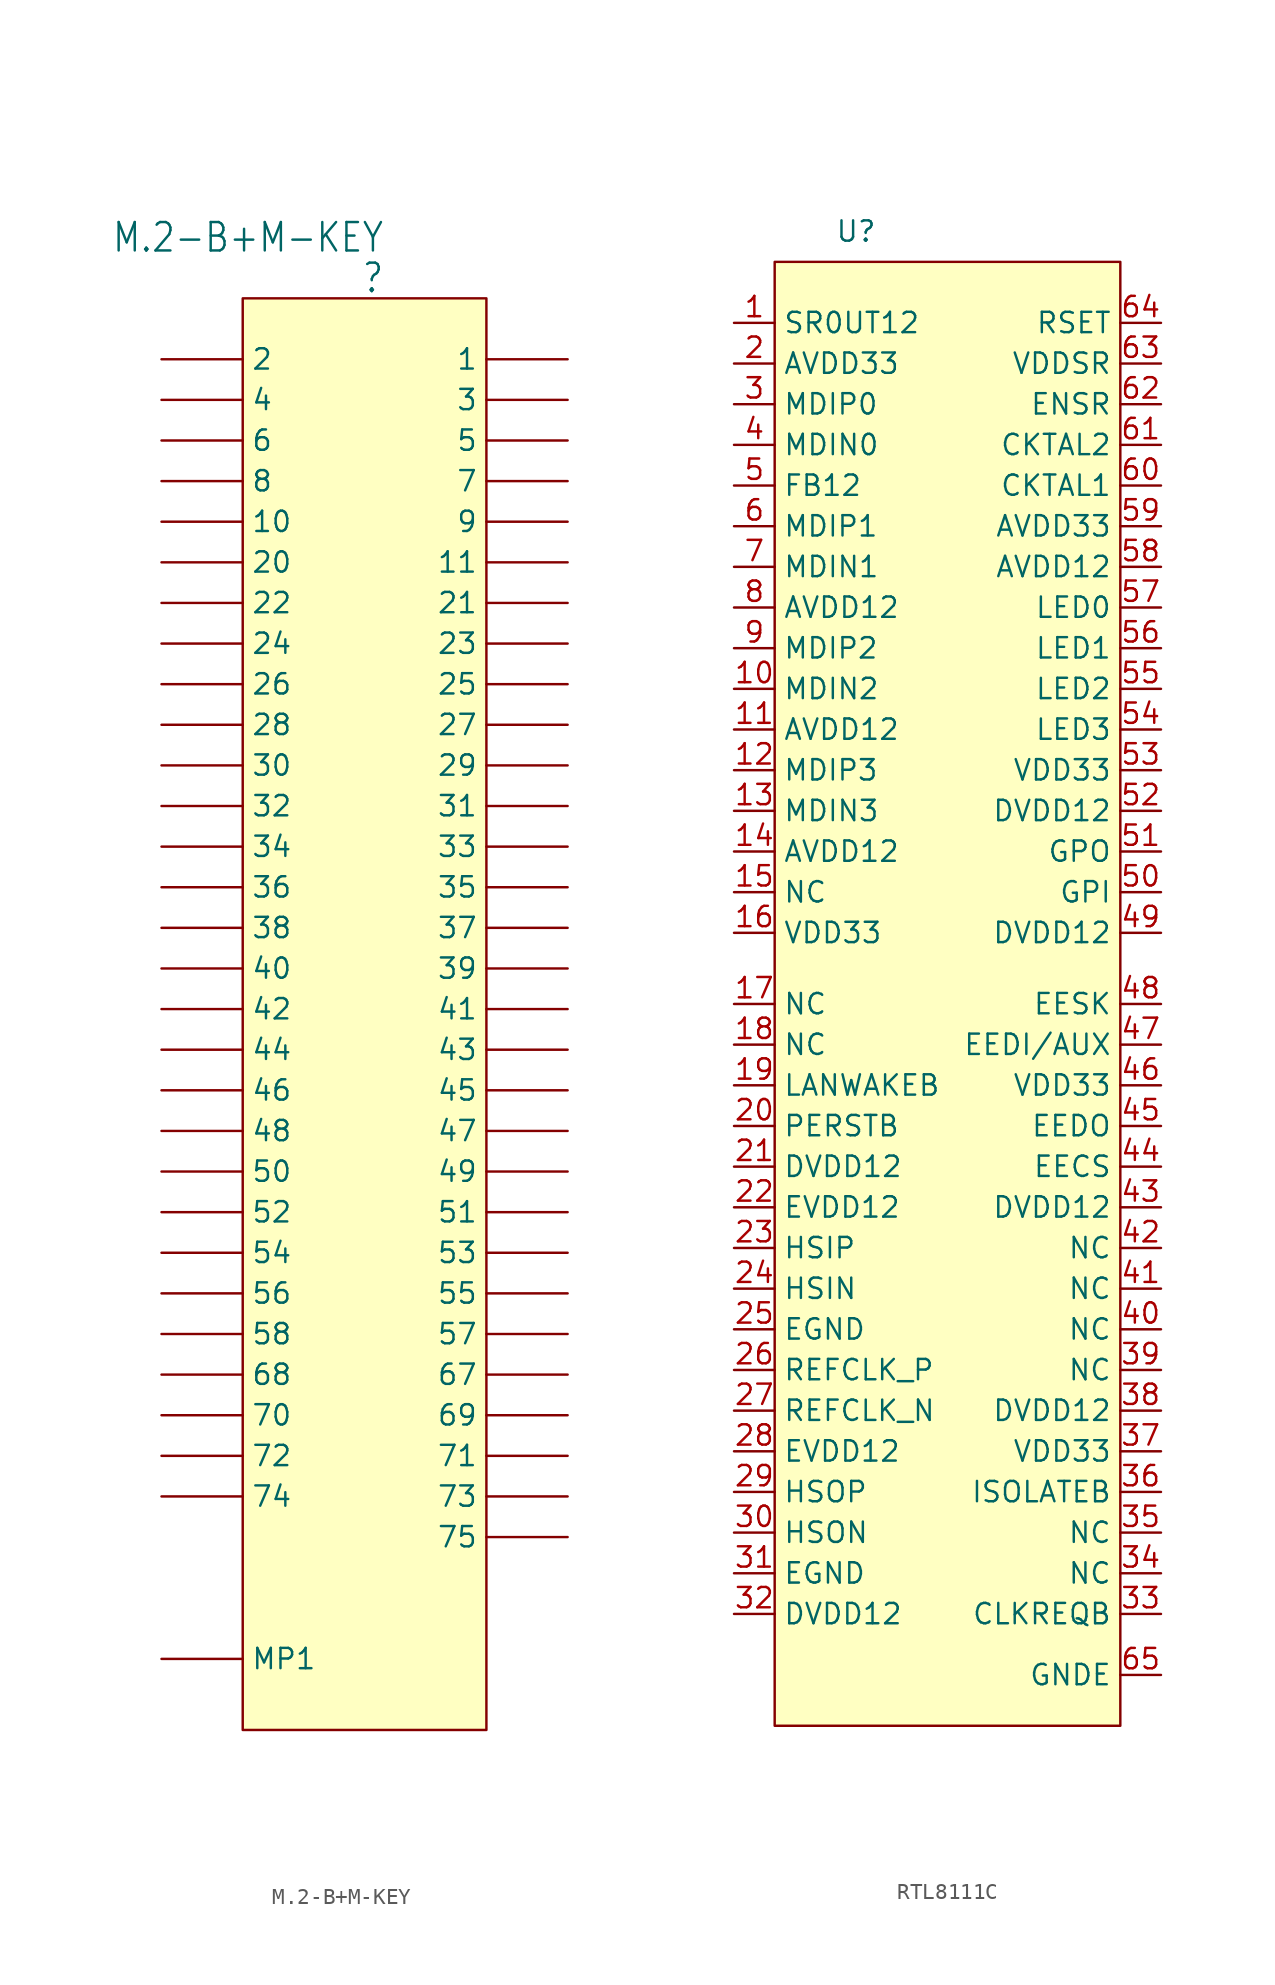
<source format=kicad_sym>
(kicad_symbol_lib
  (version 20231120)
  (generator "kicad_symbol_editor")
  (generator_version "8.0")
  (symbol "M.2-B+M-KEY"
    (property "Reference" ""
      (at 8.89 91.44 0)
      (effects (font (size 1.778 1.511)) (justify right)))
    (property "Value" "M.2-B+M-KEY"
      (at 8.89 93.98 0)
      (effects (font (size 1.778 1.511)) (justify right)))
    (property "ki_locked" ""
      (at 0 0 0)
      (effects (font (size 1.27 1.27))))
    (symbol "M.2-B+M-KEY_1_0"
      (rectangle (start 0 90.17) (end 15.24 0.635) (stroke (width 0) (type default)) (fill (type background)))
      (pin bidirectional line (at -5.08 5.08 0) (length 5.08) (name "MP1" (effects (font (size 1.27 1.27)))) (number "MOUNTING-HOLE" (effects (font (size 0 0)))))
      (pin bidirectional line (at 20.32 86.36 180) (length 5.08) (name "1" (effects (font (size 1.27 1.27)))) (number "P$1" (effects (font (size 0 0)))))
      (pin bidirectional line (at -5.08 76.2 0) (length 5.08) (name "10" (effects (font (size 1.27 1.27)))) (number "P$10" (effects (font (size 0 0)))))
      (pin bidirectional line (at 20.32 73.66 180) (length 5.08) (name "11" (effects (font (size 1.27 1.27)))) (number "P$11" (effects (font (size 0 0)))))
      (pin bidirectional line (at -5.08 86.36 0) (length 5.08) (name "2" (effects (font (size 1.27 1.27)))) (number "P$2" (effects (font (size 0 0)))))
      (pin bidirectional line (at -5.08 73.66 0) (length 5.08) (name "20" (effects (font (size 1.27 1.27)))) (number "P$20" (effects (font (size 0 0)))))
      (pin bidirectional line (at 20.32 71.12 180) (length 5.08) (name "21" (effects (font (size 1.27 1.27)))) (number "P$21" (effects (font (size 0 0)))))
      (pin bidirectional line (at -5.08 71.12 0) (length 5.08) (name "22" (effects (font (size 1.27 1.27)))) (number "P$22" (effects (font (size 0 0)))))
      (pin bidirectional line (at 20.32 68.58 180) (length 5.08) (name "23" (effects (font (size 1.27 1.27)))) (number "P$23" (effects (font (size 0 0)))))
      (pin bidirectional line (at -5.08 68.58 0) (length 5.08) (name "24" (effects (font (size 1.27 1.27)))) (number "P$24" (effects (font (size 0 0)))))
      (pin bidirectional line (at 20.32 66.04 180) (length 5.08) (name "25" (effects (font (size 1.27 1.27)))) (number "P$25" (effects (font (size 0 0)))))
      (pin bidirectional line (at -5.08 66.04 0) (length 5.08) (name "26" (effects (font (size 1.27 1.27)))) (number "P$26" (effects (font (size 0 0)))))
      (pin bidirectional line (at 20.32 63.5 180) (length 5.08) (name "27" (effects (font (size 1.27 1.27)))) (number "P$27" (effects (font (size 0 0)))))
      (pin bidirectional line (at -5.08 63.5 0) (length 5.08) (name "28" (effects (font (size 1.27 1.27)))) (number "P$28" (effects (font (size 0 0)))))
      (pin bidirectional line (at 20.32 60.96 180) (length 5.08) (name "29" (effects (font (size 1.27 1.27)))) (number "P$29" (effects (font (size 0 0)))))
      (pin bidirectional line (at 20.32 83.82 180) (length 5.08) (name "3" (effects (font (size 1.27 1.27)))) (number "P$3" (effects (font (size 0 0)))))
      (pin bidirectional line (at -5.08 60.96 0) (length 5.08) (name "30" (effects (font (size 1.27 1.27)))) (number "P$30" (effects (font (size 0 0)))))
      (pin bidirectional line (at 20.32 58.42 180) (length 5.08) (name "31" (effects (font (size 1.27 1.27)))) (number "P$31" (effects (font (size 0 0)))))
      (pin bidirectional line (at -5.08 58.42 0) (length 5.08) (name "32" (effects (font (size 1.27 1.27)))) (number "P$32" (effects (font (size 0 0)))))
      (pin bidirectional line (at 20.32 55.88 180) (length 5.08) (name "33" (effects (font (size 1.27 1.27)))) (number "P$33" (effects (font (size 0 0)))))
      (pin bidirectional line (at -5.08 55.88 0) (length 5.08) (name "34" (effects (font (size 1.27 1.27)))) (number "P$34" (effects (font (size 0 0)))))
      (pin bidirectional line (at 20.32 53.34 180) (length 5.08) (name "35" (effects (font (size 1.27 1.27)))) (number "P$35" (effects (font (size 0 0)))))
      (pin bidirectional line (at -5.08 53.34 0) (length 5.08) (name "36" (effects (font (size 1.27 1.27)))) (number "P$36" (effects (font (size 0 0)))))
      (pin bidirectional line (at 20.32 50.8 180) (length 5.08) (name "37" (effects (font (size 1.27 1.27)))) (number "P$37" (effects (font (size 0 0)))))
      (pin bidirectional line (at -5.08 50.8 0) (length 5.08) (name "38" (effects (font (size 1.27 1.27)))) (number "P$38" (effects (font (size 0 0)))))
      (pin bidirectional line (at 20.32 48.26 180) (length 5.08) (name "39" (effects (font (size 1.27 1.27)))) (number "P$39" (effects (font (size 0 0)))))
      (pin bidirectional line (at -5.08 83.82 0) (length 5.08) (name "4" (effects (font (size 1.27 1.27)))) (number "P$4" (effects (font (size 0 0)))))
      (pin bidirectional line (at -5.08 48.26 0) (length 5.08) (name "40" (effects (font (size 1.27 1.27)))) (number "P$40" (effects (font (size 0 0)))))
      (pin bidirectional line (at 20.32 45.72 180) (length 5.08) (name "41" (effects (font (size 1.27 1.27)))) (number "P$41" (effects (font (size 0 0)))))
      (pin bidirectional line (at -5.08 45.72 0) (length 5.08) (name "42" (effects (font (size 1.27 1.27)))) (number "P$42" (effects (font (size 0 0)))))
      (pin bidirectional line (at 20.32 43.18 180) (length 5.08) (name "43" (effects (font (size 1.27 1.27)))) (number "P$43" (effects (font (size 0 0)))))
      (pin bidirectional line (at -5.08 43.18 0) (length 5.08) (name "44" (effects (font (size 1.27 1.27)))) (number "P$44" (effects (font (size 0 0)))))
      (pin bidirectional line (at 20.32 40.64 180) (length 5.08) (name "45" (effects (font (size 1.27 1.27)))) (number "P$45" (effects (font (size 0 0)))))
      (pin bidirectional line (at -5.08 40.64 0) (length 5.08) (name "46" (effects (font (size 1.27 1.27)))) (number "P$46" (effects (font (size 0 0)))))
      (pin bidirectional line (at 20.32 38.1 180) (length 5.08) (name "47" (effects (font (size 1.27 1.27)))) (number "P$47" (effects (font (size 0 0)))))
      (pin bidirectional line (at -5.08 38.1 0) (length 5.08) (name "48" (effects (font (size 1.27 1.27)))) (number "P$48" (effects (font (size 0 0)))))
      (pin bidirectional line (at 20.32 35.56 180) (length 5.08) (name "49" (effects (font (size 1.27 1.27)))) (number "P$49" (effects (font (size 0 0)))))
      (pin bidirectional line (at 20.32 81.28 180) (length 5.08) (name "5" (effects (font (size 1.27 1.27)))) (number "P$5" (effects (font (size 0 0)))))
      (pin bidirectional line (at -5.08 35.56 0) (length 5.08) (name "50" (effects (font (size 1.27 1.27)))) (number "P$50" (effects (font (size 0 0)))))
      (pin bidirectional line (at 20.32 33.02 180) (length 5.08) (name "51" (effects (font (size 1.27 1.27)))) (number "P$51" (effects (font (size 0 0)))))
      (pin bidirectional line (at -5.08 33.02 0) (length 5.08) (name "52" (effects (font (size 1.27 1.27)))) (number "P$52" (effects (font (size 0 0)))))
      (pin bidirectional line (at 20.32 30.48 180) (length 5.08) (name "53" (effects (font (size 1.27 1.27)))) (number "P$53" (effects (font (size 0 0)))))
      (pin bidirectional line (at -5.08 30.48 0) (length 5.08) (name "54" (effects (font (size 1.27 1.27)))) (number "P$54" (effects (font (size 0 0)))))
      (pin bidirectional line (at 20.32 27.94 180) (length 5.08) (name "55" (effects (font (size 1.27 1.27)))) (number "P$55" (effects (font (size 0 0)))))
      (pin bidirectional line (at -5.08 27.94 0) (length 5.08) (name "56" (effects (font (size 1.27 1.27)))) (number "P$56" (effects (font (size 0 0)))))
      (pin bidirectional line (at 20.32 25.4 180) (length 5.08) (name "57" (effects (font (size 1.27 1.27)))) (number "P$57" (effects (font (size 0 0)))))
      (pin bidirectional line (at -5.08 25.4 0) (length 5.08) (name "58" (effects (font (size 1.27 1.27)))) (number "P$58" (effects (font (size 0 0)))))
      (pin bidirectional line (at -5.08 81.28 0) (length 5.08) (name "6" (effects (font (size 1.27 1.27)))) (number "P$6" (effects (font (size 0 0)))))
      (pin bidirectional line (at 20.32 22.86 180) (length 5.08) (name "67" (effects (font (size 1.27 1.27)))) (number "P$67" (effects (font (size 0 0)))))
      (pin bidirectional line (at -5.08 22.86 0) (length 5.08) (name "68" (effects (font (size 1.27 1.27)))) (number "P$68" (effects (font (size 0 0)))))
      (pin bidirectional line (at 20.32 20.32 180) (length 5.08) (name "69" (effects (font (size 1.27 1.27)))) (number "P$69" (effects (font (size 0 0)))))
      (pin bidirectional line (at 20.32 78.74 180) (length 5.08) (name "7" (effects (font (size 1.27 1.27)))) (number "P$7" (effects (font (size 0 0)))))
      (pin bidirectional line (at -5.08 20.32 0) (length 5.08) (name "70" (effects (font (size 1.27 1.27)))) (number "P$70" (effects (font (size 0 0)))))
      (pin bidirectional line (at 20.32 17.78 180) (length 5.08) (name "71" (effects (font (size 1.27 1.27)))) (number "P$71" (effects (font (size 0 0)))))
      (pin bidirectional line (at -5.08 17.78 0) (length 5.08) (name "72" (effects (font (size 1.27 1.27)))) (number "P$72" (effects (font (size 0 0)))))
      (pin bidirectional line (at 20.32 15.24 180) (length 5.08) (name "73" (effects (font (size 1.27 1.27)))) (number "P$73" (effects (font (size 0 0)))))
      (pin bidirectional line (at -5.08 15.24 0) (length 5.08) (name "74" (effects (font (size 1.27 1.27)))) (number "P$74" (effects (font (size 0 0)))))
      (pin bidirectional line (at 20.32 12.7 180) (length 5.08) (name "75" (effects (font (size 1.27 1.27)))) (number "P$75" (effects (font (size 0 0)))))
      (pin bidirectional line (at -5.08 78.74 0) (length 5.08) (name "8" (effects (font (size 1.27 1.27)))) (number "P$8" (effects (font (size 0 0)))))
      (pin bidirectional line (at 20.32 76.2 180) (length 5.08) (name "9" (effects (font (size 1.27 1.27)))) (number "P$9" (effects (font (size 0 0)))))))
  (symbol "RTL8111C"
    (property "Reference" "U"
      (at 0 0 0)
      (effects (font (size 1.27 1.27))))
    (property "Value" ""
      (at 0 0 0)
      (effects (font (size 1.27 1.27))))
    (symbol "RTL8111C_1_1"
      (rectangle (start -5.08 -1.905) (end 16.51 -93.345) (stroke (width 0) (type default)) (fill (type background)))
      (pin input line (at -7.62 -5.715 0) (length 2.54) (name "SR0UT12" (effects (font (size 1.27 1.27)))) (number "1" (effects (font (size 1.27 1.27)))))
      (pin input line (at -7.62 -28.575 0) (length 2.54) (name "MDIN2" (effects (font (size 1.27 1.27)))) (number "10" (effects (font (size 1.27 1.27)))))
      (pin input line (at -7.62 -31.115 0) (length 2.54) (name "AVDD12" (effects (font (size 1.27 1.27)))) (number "11" (effects (font (size 1.27 1.27)))))
      (pin input line (at -7.62 -33.655 0) (length 2.54) (name "MDIP3" (effects (font (size 1.27 1.27)))) (number "12" (effects (font (size 1.27 1.27)))))
      (pin input line (at -7.62 -36.195 0) (length 2.54) (name "MDIN3" (effects (font (size 1.27 1.27)))) (number "13" (effects (font (size 1.27 1.27)))))
      (pin input line (at -7.62 -38.735 0) (length 2.54) (name "AVDD12" (effects (font (size 1.27 1.27)))) (number "14" (effects (font (size 1.27 1.27)))))
      (pin input line (at -7.62 -41.275 0) (length 2.54) (name "NC" (effects (font (size 1.27 1.27)))) (number "15" (effects (font (size 1.27 1.27)))))
      (pin input line (at -7.62 -43.815 0) (length 2.54) (name "VDD33" (effects (font (size 1.27 1.27)))) (number "16" (effects (font (size 1.27 1.27)))))
      (pin input line (at -7.62 -48.26 0) (length 2.54) (name "NC" (effects (font (size 1.27 1.27)))) (number "17" (effects (font (size 1.27 1.27)))))
      (pin input line (at -7.62 -50.8 0) (length 2.54) (name "NC" (effects (font (size 1.27 1.27)))) (number "18" (effects (font (size 1.27 1.27)))))
      (pin input line (at -7.62 -53.34 0) (length 2.54) (name "LANWAKEB" (effects (font (size 1.27 1.27)))) (number "19" (effects (font (size 1.27 1.27)))))
      (pin input line (at -7.62 -8.255 0) (length 2.54) (name "AVDD33" (effects (font (size 1.27 1.27)))) (number "2" (effects (font (size 1.27 1.27)))))
      (pin input line (at -7.62 -55.88 0) (length 2.54) (name "PERSTB" (effects (font (size 1.27 1.27)))) (number "20" (effects (font (size 1.27 1.27)))))
      (pin input line (at -7.62 -58.42 0) (length 2.54) (name "DVDD12" (effects (font (size 1.27 1.27)))) (number "21" (effects (font (size 1.27 1.27)))))
      (pin input line (at -7.62 -60.96 0) (length 2.54) (name "EVDD12" (effects (font (size 1.27 1.27)))) (number "22" (effects (font (size 1.27 1.27)))))
      (pin input line (at -7.62 -63.5 0) (length 2.54) (name "HSIP" (effects (font (size 1.27 1.27)))) (number "23" (effects (font (size 1.27 1.27)))))
      (pin input line (at -7.62 -66.04 0) (length 2.54) (name "HSIN" (effects (font (size 1.27 1.27)))) (number "24" (effects (font (size 1.27 1.27)))))
      (pin input line (at -7.62 -68.58 0) (length 2.54) (name "EGND" (effects (font (size 1.27 1.27)))) (number "25" (effects (font (size 1.27 1.27)))))
      (pin input line (at -7.62 -71.12 0) (length 2.54) (name "REFCLK_P" (effects (font (size 1.27 1.27)))) (number "26" (effects (font (size 1.27 1.27)))))
      (pin input line (at -7.62 -73.66 0) (length 2.54) (name "REFCLK_N" (effects (font (size 1.27 1.27)))) (number "27" (effects (font (size 1.27 1.27)))))
      (pin input line (at -7.62 -76.2 0) (length 2.54) (name "EVDD12" (effects (font (size 1.27 1.27)))) (number "28" (effects (font (size 1.27 1.27)))))
      (pin input line (at -7.62 -78.74 0) (length 2.54) (name "HSOP" (effects (font (size 1.27 1.27)))) (number "29" (effects (font (size 1.27 1.27)))))
      (pin input line (at -7.62 -10.795 0) (length 2.54) (name "MDIP0" (effects (font (size 1.27 1.27)))) (number "3" (effects (font (size 1.27 1.27)))))
      (pin input line (at -7.62 -81.28 0) (length 2.54) (name "HSON" (effects (font (size 1.27 1.27)))) (number "30" (effects (font (size 1.27 1.27)))))
      (pin input line (at -7.62 -83.82 0) (length 2.54) (name "EGND" (effects (font (size 1.27 1.27)))) (number "31" (effects (font (size 1.27 1.27)))))
      (pin input line (at -7.62 -86.36 0) (length 2.54) (name "DVDD12" (effects (font (size 1.27 1.27)))) (number "32" (effects (font (size 1.27 1.27)))))
      (pin input line (at 19.05 -86.36 180) (length 2.54) (name "CLKREQB" (effects (font (size 1.27 1.27)))) (number "33" (effects (font (size 1.27 1.27)))))
      (pin input line (at 19.05 -83.82 180) (length 2.54) (name "NC" (effects (font (size 1.27 1.27)))) (number "34" (effects (font (size 1.27 1.27)))))
      (pin input line (at 19.05 -81.28 180) (length 2.54) (name "NC" (effects (font (size 1.27 1.27)))) (number "35" (effects (font (size 1.27 1.27)))))
      (pin input line (at 19.05 -78.74 180) (length 2.54) (name "ISOLATEB" (effects (font (size 1.27 1.27)))) (number "36" (effects (font (size 1.27 1.27)))))
      (pin input line (at 19.05 -76.2 180) (length 2.54) (name "VDD33" (effects (font (size 1.27 1.27)))) (number "37" (effects (font (size 1.27 1.27)))))
      (pin input line (at 19.05 -73.66 180) (length 2.54) (name "DVDD12" (effects (font (size 1.27 1.27)))) (number "38" (effects (font (size 1.27 1.27)))))
      (pin input line (at 19.05 -71.12 180) (length 2.54) (name "NC" (effects (font (size 1.27 1.27)))) (number "39" (effects (font (size 1.27 1.27)))))
      (pin input line (at -7.62 -13.335 0) (length 2.54) (name "MDIN0" (effects (font (size 1.27 1.27)))) (number "4" (effects (font (size 1.27 1.27)))))
      (pin input line (at 19.05 -68.58 180) (length 2.54) (name "NC" (effects (font (size 1.27 1.27)))) (number "40" (effects (font (size 1.27 1.27)))))
      (pin input line (at 19.05 -66.04 180) (length 2.54) (name "NC" (effects (font (size 1.27 1.27)))) (number "41" (effects (font (size 1.27 1.27)))))
      (pin input line (at 19.05 -63.5 180) (length 2.54) (name "NC" (effects (font (size 1.27 1.27)))) (number "42" (effects (font (size 1.27 1.27)))))
      (pin input line (at 19.05 -60.96 180) (length 2.54) (name "DVDD12" (effects (font (size 1.27 1.27)))) (number "43" (effects (font (size 1.27 1.27)))))
      (pin input line (at 19.05 -58.42 180) (length 2.54) (name "EECS" (effects (font (size 1.27 1.27)))) (number "44" (effects (font (size 1.27 1.27)))))
      (pin input line (at 19.05 -55.88 180) (length 2.54) (name "EEDO" (effects (font (size 1.27 1.27)))) (number "45" (effects (font (size 1.27 1.27)))))
      (pin input line (at 19.05 -53.34 180) (length 2.54) (name "VDD33" (effects (font (size 1.27 1.27)))) (number "46" (effects (font (size 1.27 1.27)))))
      (pin input line (at 19.05 -50.8 180) (length 2.54) (name "EEDI/AUX" (effects (font (size 1.27 1.27)))) (number "47" (effects (font (size 1.27 1.27)))))
      (pin input line (at 19.05 -48.26 180) (length 2.54) (name "EESK" (effects (font (size 1.27 1.27)))) (number "48" (effects (font (size 1.27 1.27)))))
      (pin input line (at 19.05 -43.815 180) (length 2.54) (name "DVDD12" (effects (font (size 1.27 1.27)))) (number "49" (effects (font (size 1.27 1.27)))))
      (pin input line (at -7.62 -15.875 0) (length 2.54) (name "FB12" (effects (font (size 1.27 1.27)))) (number "5" (effects (font (size 1.27 1.27)))))
      (pin input line (at 19.05 -41.275 180) (length 2.54) (name "GPI" (effects (font (size 1.27 1.27)))) (number "50" (effects (font (size 1.27 1.27)))))
      (pin input line (at 19.05 -38.735 180) (length 2.54) (name "GPO" (effects (font (size 1.27 1.27)))) (number "51" (effects (font (size 1.27 1.27)))))
      (pin input line (at 19.05 -36.195 180) (length 2.54) (name "DVDD12" (effects (font (size 1.27 1.27)))) (number "52" (effects (font (size 1.27 1.27)))))
      (pin input line (at 19.05 -33.655 180) (length 2.54) (name "VDD33" (effects (font (size 1.27 1.27)))) (number "53" (effects (font (size 1.27 1.27)))))
      (pin input line (at 19.05 -31.115 180) (length 2.54) (name "LED3" (effects (font (size 1.27 1.27)))) (number "54" (effects (font (size 1.27 1.27)))))
      (pin input line (at 19.05 -28.575 180) (length 2.54) (name "LED2" (effects (font (size 1.27 1.27)))) (number "55" (effects (font (size 1.27 1.27)))))
      (pin input line (at 19.05 -26.035 180) (length 2.54) (name "LED1" (effects (font (size 1.27 1.27)))) (number "56" (effects (font (size 1.27 1.27)))))
      (pin input line (at 19.05 -23.495 180) (length 2.54) (name "LED0" (effects (font (size 1.27 1.27)))) (number "57" (effects (font (size 1.27 1.27)))))
      (pin input line (at 19.05 -20.955 180) (length 2.54) (name "AVDD12" (effects (font (size 1.27 1.27)))) (number "58" (effects (font (size 1.27 1.27)))))
      (pin input line (at 19.05 -18.415 180) (length 2.54) (name "AVDD33" (effects (font (size 1.27 1.27)))) (number "59" (effects (font (size 1.27 1.27)))))
      (pin input line (at -7.62 -18.415 0) (length 2.54) (name "MDIP1" (effects (font (size 1.27 1.27)))) (number "6" (effects (font (size 1.27 1.27)))))
      (pin input line (at 19.05 -15.875 180) (length 2.54) (name "CKTAL1" (effects (font (size 1.27 1.27)))) (number "60" (effects (font (size 1.27 1.27)))))
      (pin input line (at 19.05 -13.335 180) (length 2.54) (name "CKTAL2" (effects (font (size 1.27 1.27)))) (number "61" (effects (font (size 1.27 1.27)))))
      (pin input line (at 19.05 -10.795 180) (length 2.54) (name "ENSR" (effects (font (size 1.27 1.27)))) (number "62" (effects (font (size 1.27 1.27)))))
      (pin input line (at 19.05 -8.255 180) (length 2.54) (name "VDDSR" (effects (font (size 1.27 1.27)))) (number "63" (effects (font (size 1.27 1.27)))))
      (pin input line (at 19.05 -5.715 180) (length 2.54) (name "RSET" (effects (font (size 1.27 1.27)))) (number "64" (effects (font (size 1.27 1.27)))))
      (pin input line (at 19.05 -90.17 180) (length 2.54) (name "GNDE" (effects (font (size 1.27 1.27)))) (number "65" (effects (font (size 1.27 1.27)))))
      (pin input line (at -7.62 -20.955 0) (length 2.54) (name "MDIN1" (effects (font (size 1.27 1.27)))) (number "7" (effects (font (size 1.27 1.27)))))
      (pin input line (at -7.62 -23.495 0) (length 2.54) (name "AVDD12" (effects (font (size 1.27 1.27)))) (number "8" (effects (font (size 1.27 1.27)))))
      (pin input line (at -7.62 -26.035 0) (length 2.54) (name "MDIP2" (effects (font (size 1.27 1.27)))) (number "9" (effects (font (size 1.27 1.27))))))))
</source>
